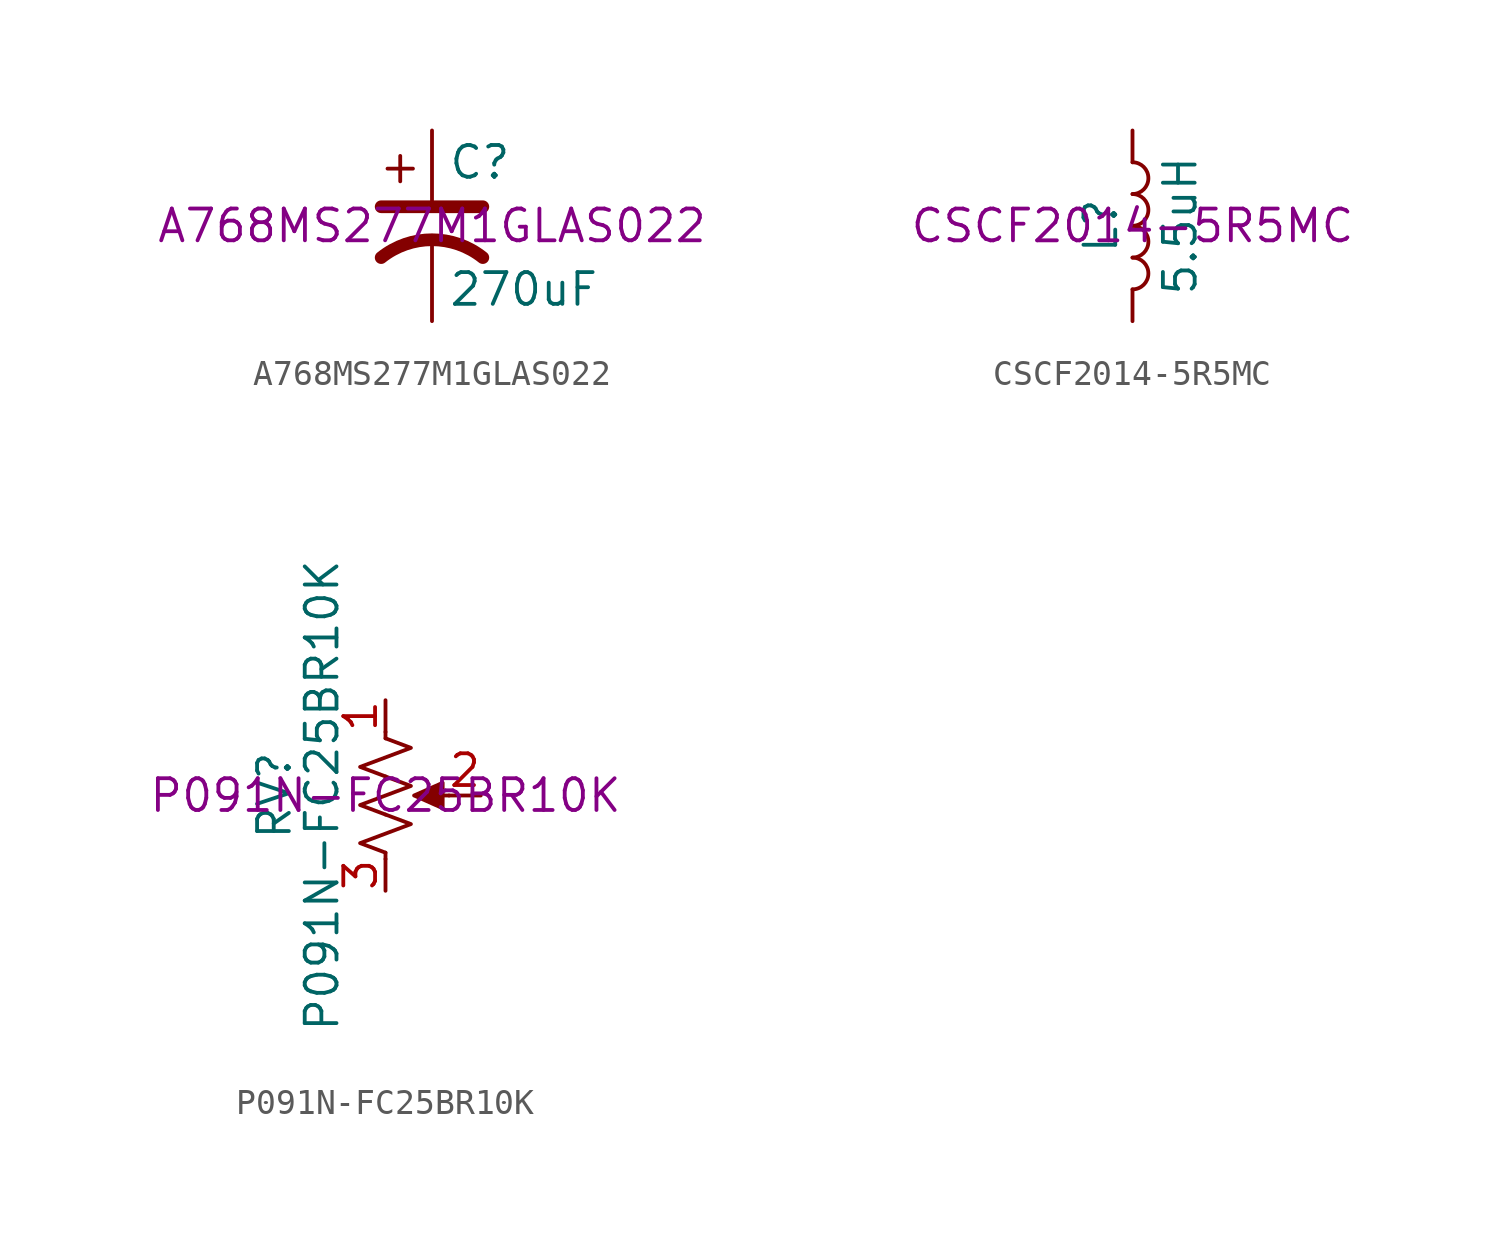
<source format=kicad_sym>
(kicad_symbol_lib
  (version 20241209)
  (generator "kicad_symbol_editor")
  (generator_version "9.0")
  (symbol "A768MS277M1GLAS022"
    (pin_numbers
      (hide yes))
    (pin_names
      (offset 0.254)
      (hide yes))
    (property "Reference" "C"
      (at 0.635 2.54 0)
      (effects (font (size 1.27 1.27)) (justify left)))
    (property "Value" "270uF"
      (at 0.635 -2.54 0)
      (effects (font (size 1.27 1.27)) (justify left)))
    (property "Manufacturer Part Number" "A768MS277M1GLAS022"
      (at 0 0 0)
      (effects (font (size 1.27 1.27))))
    (symbol "A768MS277M1GLAS022_0_1"
      (polyline (pts (xy -2.032 0.762) (xy 2.032 0.762)) (stroke (width 0.508) (type default)) (fill (type none)))
      (polyline (pts (xy -1.778 2.286) (xy -0.762 2.286)) (stroke (width 0) (type default)) (fill (type none)))
      (polyline (pts (xy -1.27 1.778) (xy -1.27 2.794)) (stroke (width 0) (type default)) (fill (type none)))
      (arc (start -2.032 -1.27) (mid 0 -0.5572) (end 2.032 -1.27) (stroke (width 0.508) (type default)) (fill (type none))))
    (symbol "A768MS277M1GLAS022_1_1"
      (pin passive line (at 0 3.81 270) (length 2.794) (name "~" (effects (font (size 1.27 1.27)))) (number "1" (effects (font (size 1.27 1.27)))))
      (pin passive line (at 0 -3.81 90) (length 3.302) (name "~" (effects (font (size 1.27 1.27)))) (number "2" (effects (font (size 1.27 1.27)))))))
  (symbol "CSCF2014-5R5MC"
    (pin_numbers
      (hide yes))
    (pin_names
      (offset 1.016)
      (hide yes))
    (property "Reference" "L"
      (at -1.27 0 90)
      (effects (font (size 1.27 1.27))))
    (property "Value" "5.5uH"
      (at 1.905 0 90)
      (effects (font (size 1.27 1.27))))
    (property "Manufacturer Part Number" "CSCF2014-5R5MC"
      (at 0 0 0)
      (effects (font (size 1.27 1.27))))
    (symbol "CSCF2014-5R5MC_0_1"
      (arc (start 0 2.54) (mid 0.6323 1.905) (end 0 1.27) (stroke (width 0) (type default)) (fill (type none)))
      (arc (start 0 1.27) (mid 0.6323 0.635) (end 0 0) (stroke (width 0) (type default)) (fill (type none)))
      (arc (start 0 0) (mid 0.6323 -0.635) (end 0 -1.27) (stroke (width 0) (type default)) (fill (type none)))
      (arc (start 0 -1.27) (mid 0.6323 -1.905) (end 0 -2.54) (stroke (width 0) (type default)) (fill (type none))))
    (symbol "CSCF2014-5R5MC_1_1"
      (pin passive line (at 0 3.81 270) (length 1.27) (name "1" (effects (font (size 1.27 1.27)))) (number "1" (effects (font (size 1.27 1.27)))))
      (pin passive line (at 0 -3.81 90) (length 1.27) (name "2" (effects (font (size 1.27 1.27)))) (number "2" (effects (font (size 1.27 1.27)))))))
  (symbol "P091N-FC25BR10K"
    (pin_names
      (offset 1.016)
      (hide yes))
    (property "Reference" "RV"
      (at -4.445 0 90)
      (effects (font (size 1.27 1.27))))
    (property "Value" "P091N-FC25BR10K"
      (at -2.54 0 90)
      (effects (font (size 1.27 1.27))))
    (property "Manufacturer Part Number" "P091N-FC25BR10K"
      (at 0 0 0)
      (effects (font (size 1.27 1.27))))
    (symbol "P091N-FC25BR10K_0_1"
      (polyline (pts (xy 0 2.54) (xy 0 2.286)) (stroke (width 0) (type default)) (fill (type none)))
      (polyline (pts (xy 0 2.286) (xy 1.016 1.905) (xy 0 1.524) (xy -1.016 1.143) (xy 0 0.762)) (stroke (width 0) (type default)) (fill (type none)))
      (polyline (pts (xy 0 0.762) (xy 1.016 0.381) (xy 0 0) (xy -1.016 -0.381) (xy 0 -0.762)) (stroke (width 0) (type default)) (fill (type none)))
      (polyline (pts (xy 0 -0.762) (xy 1.016 -1.143) (xy 0 -1.524) (xy -1.016 -1.905) (xy 0 -2.286)) (stroke (width 0) (type default)) (fill (type none)))
      (polyline (pts (xy 0 -2.286) (xy 0 -2.54)) (stroke (width 0) (type default)) (fill (type none)))
      (polyline (pts (xy 1.143 0) (xy 2.286 0.508) (xy 2.286 -0.508) (xy 1.143 0)) (stroke (width 0) (type default)) (fill (type outline)))
      (polyline (pts (xy 2.54 0) (xy 1.524 0)) (stroke (width 0) (type default)) (fill (type none))))
    (symbol "P091N-FC25BR10K_1_1"
      (pin passive line (at 0 3.81 270) (length 1.27) (name "1" (effects (font (size 1.27 1.27)))) (number "1" (effects (font (size 1.27 1.27)))))
      (pin passive line (at 0 -3.81 90) (length 1.27) (name "3" (effects (font (size 1.27 1.27)))) (number "3" (effects (font (size 1.27 1.27)))))
      (pin passive line (at 3.81 0 180) (length 1.27) (name "2" (effects (font (size 1.27 1.27)))) (number "2" (effects (font (size 1.27 1.27))))))))
</source>
